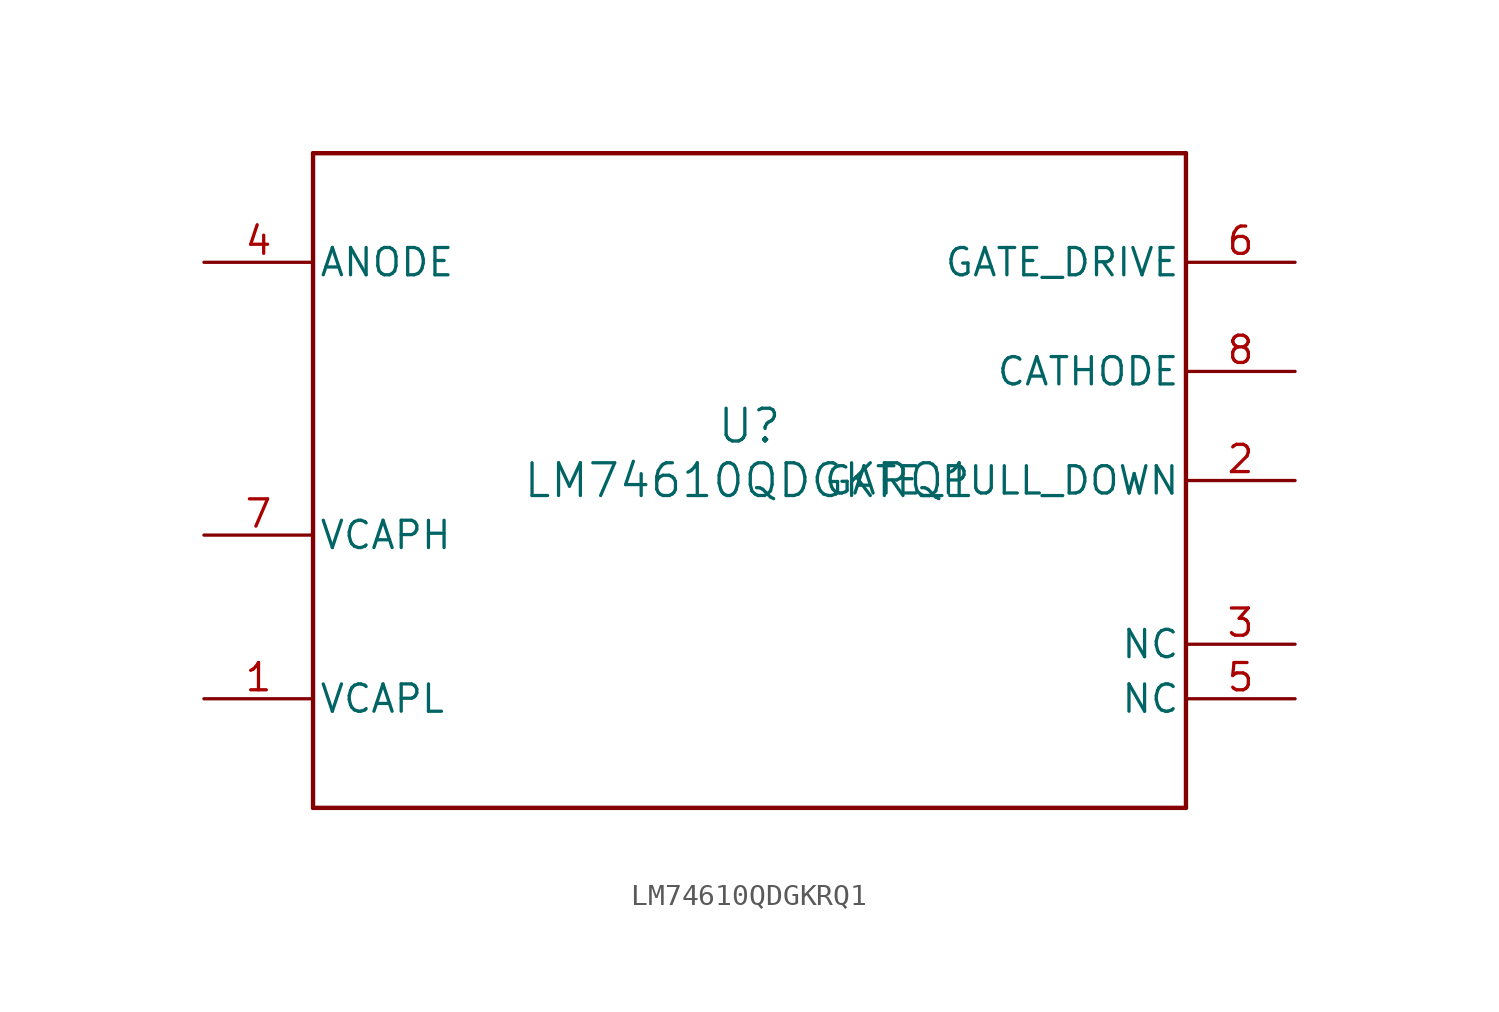
<source format=kicad_sym>
(kicad_symbol_lib
  (version 20211014)
  (generator kicad_symbol_editor)
  (symbol "LM74610QDGKRQ1"
    (pin_names
      (offset 0.254))
    (property "Reference" "U"
      (at 0 2.54 0)
      (effects (font (size 1.524 1.524))))
    (property "Value" "LM74610QDGKRQ1"
      (at 0 0 0)
      (effects (font (size 1.524 1.524))))
    (symbol "LM74610QDGKRQ1_0_1"
      (polyline (pts (xy -20.32 -15.24) (xy 20.32 -15.24)) (stroke (width 0.203) (type default) (color 0 0 0 0)) (fill (type none)))
      (polyline (pts (xy 20.32 -15.24) (xy 20.32 15.24)) (stroke (width 0.203) (type default) (color 0 0 0 0)) (fill (type none)))
      (polyline (pts (xy 20.32 15.24) (xy -20.32 15.24)) (stroke (width 0.203) (type default) (color 0 0 0 0)) (fill (type none)))
      (polyline (pts (xy -20.32 15.24) (xy -20.32 -15.24)) (stroke (width 0.203) (type default) (color 0 0 0 0)) (fill (type none)))
      (pin unspecified line (at -25.4 -10.16 0) (length 5.08) (name "VCAPL" (effects (font (size 1.27 1.27)))) (number "1" (effects (font (size 1.27 1.27)))))
      (pin unspecified line (at 25.4 0 180) (length 5.08) (name "GATE PULL DOWN" (effects (font (size 1.27 1.27)))) (number "2" (effects (font (size 1.27 1.27)))))
      (pin unspecified line (at 25.4 -7.62 180) (length 5.08) (name "NC" (effects (font (size 1.27 1.27)))) (number "3" (effects (font (size 1.27 1.27)))))
      (pin power_in line (at -25.4 10.16 0) (length 5.08) (name "ANODE" (effects (font (size 1.27 1.27)))) (number "4" (effects (font (size 1.27 1.27)))))
      (pin unspecified line (at 25.4 -10.16 180) (length 5.08) (name "NC" (effects (font (size 1.27 1.27)))) (number "5" (effects (font (size 1.27 1.27)))))
      (pin output line (at 25.4 10.16 180) (length 5.08) (name "GATE DRIVE" (effects (font (size 1.27 1.27)))) (number "6" (effects (font (size 1.27 1.27)))))
      (pin unspecified line (at -25.4 -2.54 0) (length 5.08) (name "VCAPH" (effects (font (size 1.27 1.27)))) (number "7" (effects (font (size 1.27 1.27)))))
      (pin output line (at 25.4 5.08 180) (length 5.08) (name "CATHODE" (effects (font (size 1.27 1.27)))) (number "8" (effects (font (size 1.27 1.27))))))))
</source>
